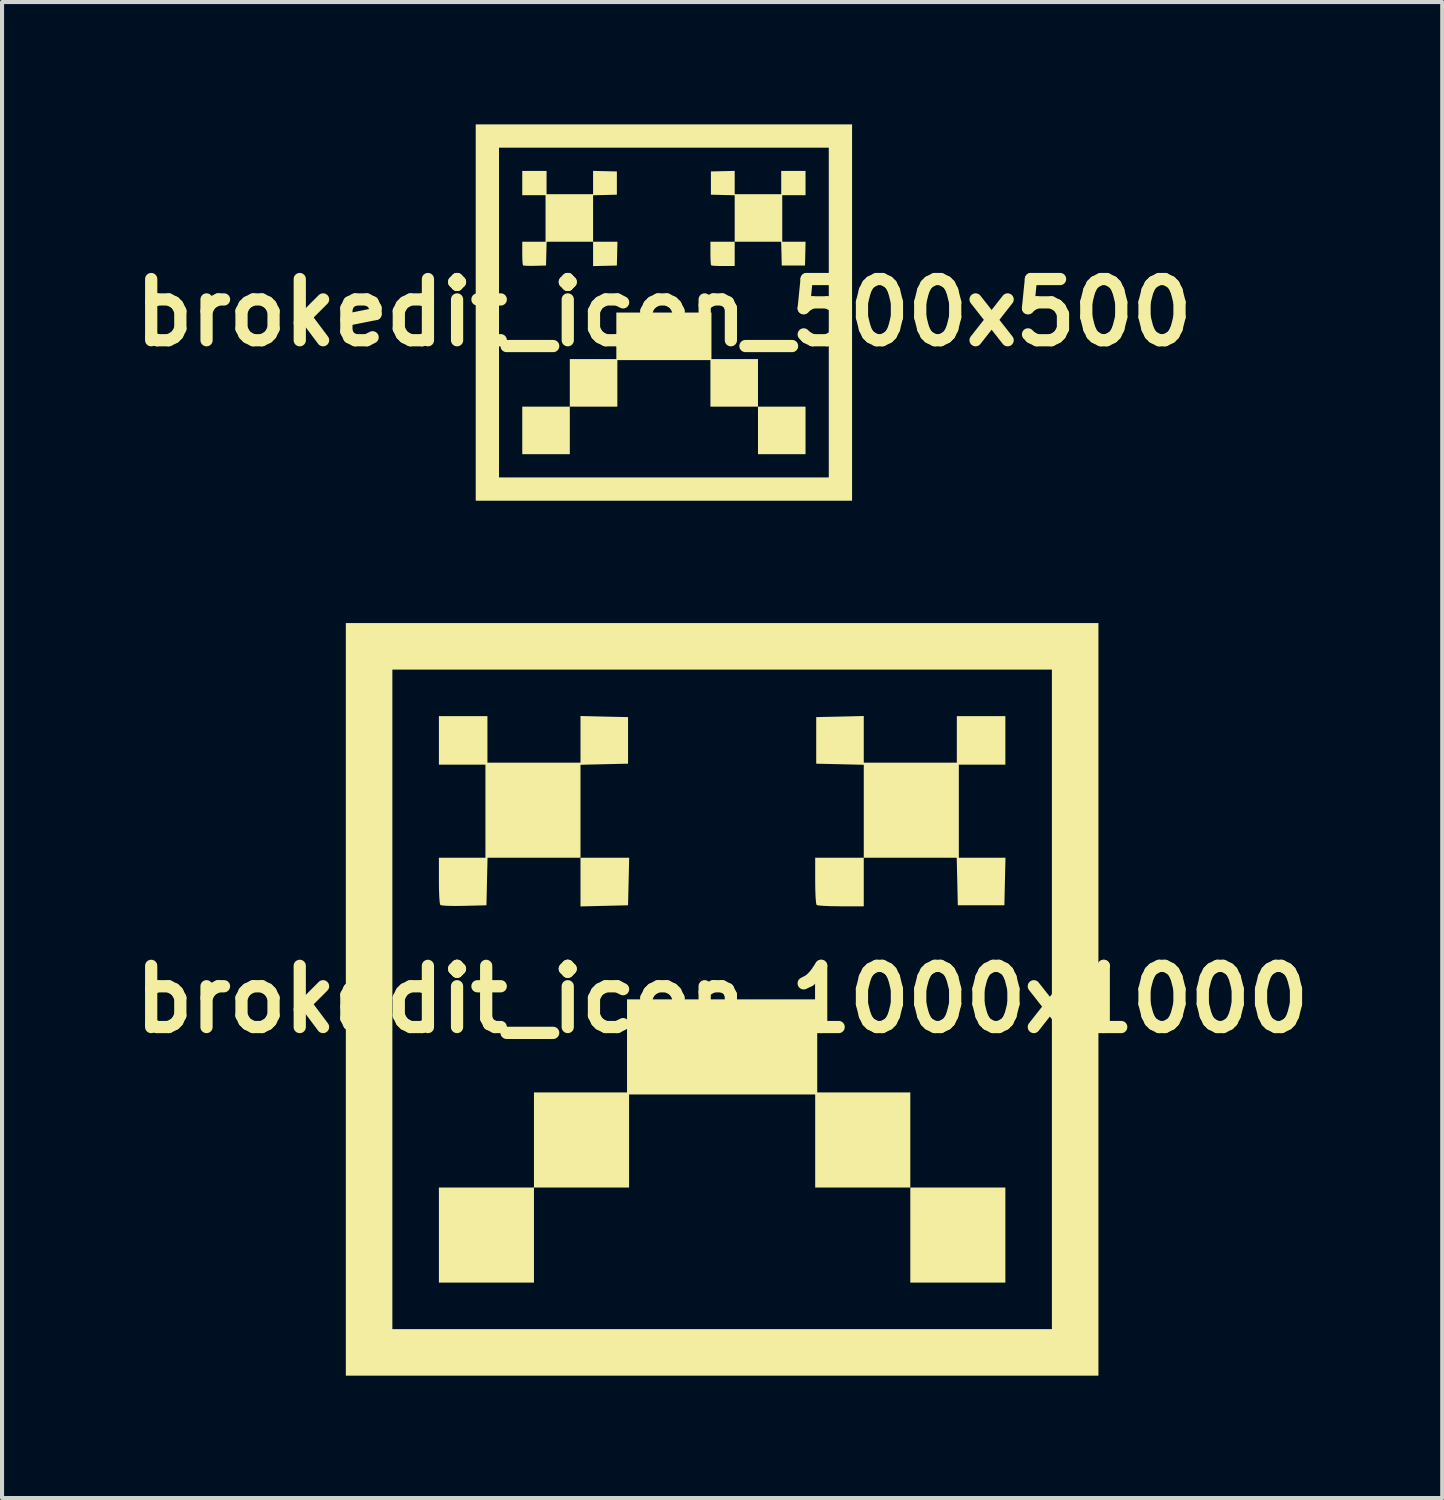
<source format=kicad_pcb>
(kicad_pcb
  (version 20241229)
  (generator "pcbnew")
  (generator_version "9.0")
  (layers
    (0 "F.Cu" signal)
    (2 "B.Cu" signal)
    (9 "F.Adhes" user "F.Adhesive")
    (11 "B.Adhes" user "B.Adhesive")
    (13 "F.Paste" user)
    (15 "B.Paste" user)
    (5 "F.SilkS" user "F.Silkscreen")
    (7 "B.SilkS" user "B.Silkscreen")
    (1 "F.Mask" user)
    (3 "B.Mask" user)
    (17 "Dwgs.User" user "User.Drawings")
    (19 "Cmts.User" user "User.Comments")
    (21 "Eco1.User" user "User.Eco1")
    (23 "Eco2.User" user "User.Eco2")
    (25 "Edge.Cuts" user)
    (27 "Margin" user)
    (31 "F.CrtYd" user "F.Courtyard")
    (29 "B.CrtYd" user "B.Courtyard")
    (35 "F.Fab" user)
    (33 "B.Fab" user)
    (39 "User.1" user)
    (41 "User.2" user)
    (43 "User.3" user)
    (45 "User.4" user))
  (footprint "brokedit_icon_1000x1000"
    (layer "F.Cu")
    (at 14.657 21.455)
    (property "Reference" "brokedit_icon_1000x1000" (at 0 0 0) (layer "F.SilkS") (effects (font (size 1.5 1.5) (thickness 0.3))))
    (attr board_only exclude_from_pos_files exclude_from_bom)
    (fp_poly (pts (xy -2.293 -2.89) (xy -2.307 -2.307) (xy -2.89 -2.293) (xy -3.473 -2.279) (xy -3.473 -2.876) (xy -3.473 -3.473) (xy -2.876 -3.473) (xy -2.279 -3.473)) (stroke (width 0) (type solid)) (fill yes) (layer "F.SilkS"))
    (fp_poly (pts (xy 6.945 5.779) (xy 6.945 6.945) (xy 5.779 6.945) (xy 4.614 6.945) (xy 4.614 5.779) (xy 4.614 4.614) (xy 5.779 4.614) (xy 6.945 4.614)) (stroke (width 0) (type solid)) (fill yes) (layer "F.SilkS"))
    (fp_poly (pts (xy 9.227 0) (xy 9.227 9.227) (xy 0 9.227) (xy -9.227 9.227) (xy -9.227 0) (xy -8.086 0) (xy -8.086 8.086) (xy 0 8.086) (xy 8.086 8.086) (xy 8.086 0) (xy 8.086 -8.086) (xy 0 -8.086) (xy -8.086 -8.086) (xy -8.086 0) (xy -9.227 0) (xy -9.227 -9.227) (xy 0 -9.227) (xy 9.227 -9.227)) (stroke (width 0) (type solid)) (fill yes) (layer "F.SilkS"))
    (fp_poly (pts (xy 2.332 1.141) (xy 2.332 2.282) (xy 3.473 2.282) (xy 4.614 2.282) (xy 4.614 3.448) (xy 4.614 4.614) (xy 3.448 4.614) (xy 2.282 4.614) (xy 2.282 3.473) (xy 2.282 2.332) (xy 0 2.332) (xy -2.282 2.332) (xy -2.282 3.473) (xy -2.282 4.614) (xy -3.448 4.614) (xy -4.614 4.614) (xy -4.614 5.779) (xy -4.614 6.945) (xy -5.779 6.945) (xy -6.945 6.945) (xy -6.945 5.779) (xy -6.945 4.614) (xy -5.779 4.614) (xy -4.614 4.614) (xy -4.614 3.448) (xy -4.614 2.282) (xy -3.473 2.282) (xy -2.332 2.282) (xy -2.332 1.141) (xy -2.332 0) (xy 0 0) (xy 2.332 0)) (stroke (width 0) (type solid)) (fill yes) (layer "F.SilkS"))
    (fp_poly (pts (xy -2.89 -6.934) (xy -2.307 -6.921) (xy -2.307 -6.35) (xy -2.307 -5.779) (xy -2.89 -5.766) (xy -3.473 -5.752) (xy -3.473 -4.612) (xy -3.473 -3.473) (xy -4.612 -3.473) (xy -5.752 -3.473) (xy -5.766 -2.89) (xy -5.779 -2.307) (xy -6.328 -2.293) (xy -6.552 -2.29) (xy -6.738 -2.294) (xy -6.866 -2.303) (xy -6.911 -2.314) (xy -6.925 -2.374) (xy -6.936 -2.513) (xy -6.943 -2.708) (xy -6.945 -2.91) (xy -6.945 -3.473) (xy -6.375 -3.473) (xy -5.804 -3.473) (xy -5.804 -4.614) (xy -5.804 -5.755) (xy -6.375 -5.755) (xy -6.945 -5.755) (xy -6.945 -6.35) (xy -6.945 -6.945) (xy -6.35 -6.945) (xy -5.755 -6.945) (xy -5.755 -6.375) (xy -5.755 -5.804) (xy -4.614 -5.804) (xy -3.473 -5.804) (xy -3.473 -6.376) (xy -3.473 -6.948)) (stroke (width 0) (type solid)) (fill yes) (layer "F.SilkS"))
    (fp_poly (pts (xy 3.473 -6.376) (xy 3.473 -5.804) (xy 4.614 -5.804) (xy 5.755 -5.804) (xy 5.755 -6.375) (xy 5.755 -6.945) (xy 6.35 -6.945) (xy 6.945 -6.945) (xy 6.945 -6.35) (xy 6.945 -5.755) (xy 6.375 -5.755) (xy 5.804 -5.755) (xy 5.804 -4.614) (xy 5.804 -3.473) (xy 6.376 -3.473) (xy 6.948 -3.473) (xy 6.934 -2.89) (xy 6.921 -2.307) (xy 6.35 -2.307) (xy 5.779 -2.307) (xy 5.766 -2.89) (xy 5.752 -3.473) (xy 4.612 -3.473) (xy 3.473 -3.473) (xy 3.473 -2.877) (xy 3.473 -2.282) (xy 2.91 -2.282) (xy 2.683 -2.285) (xy 2.494 -2.292) (xy 2.364 -2.303) (xy 2.315 -2.315) (xy 2.302 -2.375) (xy 2.291 -2.513) (xy 2.284 -2.708) (xy 2.282 -2.91) (xy 2.282 -3.473) (xy 2.877 -3.473) (xy 3.473 -3.473) (xy 3.473 -4.612) (xy 3.473 -5.752) (xy 2.89 -5.766) (xy 2.307 -5.779) (xy 2.307 -6.35) (xy 2.307 -6.921) (xy 2.89 -6.934) (xy 3.473 -6.948)) (stroke (width 0) (type solid)) (fill yes) (layer "F.SilkS")))
  (footprint "brokedit_icon_500x500"
    (layer "F.Cu")
    (at 13.229 4.614)
    (property "Reference" "brokedit_icon_500x500" (at 0 0 0) (layer "F.SilkS") (effects (font (size 1.5 1.5) (thickness 0.3))))
    (attr board_only exclude_from_pos_files exclude_from_bom)
    (fp_poly (pts (xy -1.146 -1.445) (xy -1.153 -1.153) (xy -1.445 -1.146) (xy -1.736 -1.139) (xy -1.736 -1.438) (xy -1.736 -1.736) (xy -1.438 -1.736) (xy -1.139 -1.736)) (stroke (width 0) (type solid)) (fill yes) (layer "F.SilkS"))
    (fp_poly (pts (xy 3.473 2.89) (xy 3.473 3.473) (xy 2.89 3.473) (xy 2.307 3.473) (xy 2.307 2.89) (xy 2.307 2.307) (xy 2.89 2.307) (xy 3.473 2.307)) (stroke (width 0) (type solid)) (fill yes) (layer "F.SilkS"))
    (fp_poly (pts (xy 4.614 0) (xy 4.614 4.614) (xy 0 4.614) (xy -4.614 4.614) (xy -4.614 0) (xy -4.043 0) (xy -4.043 4.043) (xy 0 4.043) (xy 4.043 4.043) (xy 4.043 0) (xy 4.043 -4.043) (xy 0 -4.043) (xy -4.043 -4.043) (xy -4.043 0) (xy -4.614 0) (xy -4.614 -4.614) (xy 0 -4.614) (xy 4.614 -4.614)) (stroke (width 0) (type solid)) (fill yes) (layer "F.SilkS"))
    (fp_poly (pts (xy 1.166 0.571) (xy 1.166 1.141) (xy 1.736 1.141) (xy 2.307 1.141) (xy 2.307 1.724) (xy 2.307 2.307) (xy 1.724 2.307) (xy 1.141 2.307) (xy 1.141 1.736) (xy 1.141 1.166) (xy 0 1.166) (xy -1.141 1.166) (xy -1.141 1.736) (xy -1.141 2.307) (xy -1.724 2.307) (xy -2.307 2.307) (xy -2.307 2.89) (xy -2.307 3.473) (xy -2.89 3.473) (xy -3.473 3.473) (xy -3.473 2.89) (xy -3.473 2.307) (xy -2.89 2.307) (xy -2.307 2.307) (xy -2.307 1.724) (xy -2.307 1.141) (xy -1.736 1.141) (xy -1.166 1.141) (xy -1.166 0.571) (xy -1.166 0) (xy 0 0) (xy 1.166 0)) (stroke (width 0) (type solid)) (fill yes) (layer "F.SilkS"))
    (fp_poly (pts (xy -1.445 -3.467) (xy -1.153 -3.46) (xy -1.153 -3.175) (xy -1.153 -2.89) (xy -1.445 -2.883) (xy -1.736 -2.876) (xy -1.736 -2.306) (xy -1.736 -1.736) (xy -2.306 -1.736) (xy -2.876 -1.736) (xy -2.883 -1.445) (xy -2.89 -1.153) (xy -3.164 -1.146) (xy -3.276 -1.145) (xy -3.369 -1.147) (xy -3.433 -1.151) (xy -3.455 -1.157) (xy -3.462 -1.187) (xy -3.468 -1.256) (xy -3.472 -1.354) (xy -3.473 -1.455) (xy -3.473 -1.736) (xy -3.187 -1.736) (xy -2.902 -1.736) (xy -2.902 -2.307) (xy -2.902 -2.877) (xy -3.187 -2.877) (xy -3.473 -2.877) (xy -3.473 -3.175) (xy -3.473 -3.473) (xy -3.175 -3.473) (xy -2.877 -3.473) (xy -2.877 -3.187) (xy -2.877 -2.902) (xy -2.307 -2.902) (xy -1.736 -2.902) (xy -1.736 -3.188) (xy -1.736 -3.474)) (stroke (width 0) (type solid)) (fill yes) (layer "F.SilkS"))
    (fp_poly (pts (xy 1.736 -3.188) (xy 1.736 -2.902) (xy 2.307 -2.902) (xy 2.877 -2.902) (xy 2.877 -3.187) (xy 2.877 -3.473) (xy 3.175 -3.473) (xy 3.473 -3.473) (xy 3.473 -3.175) (xy 3.473 -2.877) (xy 3.187 -2.877) (xy 2.902 -2.877) (xy 2.902 -2.307) (xy 2.902 -1.736) (xy 3.188 -1.736) (xy 3.474 -1.736) (xy 3.467 -1.445) (xy 3.46 -1.153) (xy 3.175 -1.153) (xy 2.89 -1.153) (xy 2.883 -1.445) (xy 2.876 -1.736) (xy 2.306 -1.736) (xy 1.736 -1.736) (xy 1.736 -1.439) (xy 1.736 -1.141) (xy 1.455 -1.141) (xy 1.342 -1.142) (xy 1.247 -1.146) (xy 1.182 -1.152) (xy 1.158 -1.158) (xy 1.151 -1.188) (xy 1.146 -1.257) (xy 1.142 -1.354) (xy 1.141 -1.455) (xy 1.141 -1.736) (xy 1.439 -1.736) (xy 1.736 -1.736) (xy 1.736 -2.306) (xy 1.736 -2.876) (xy 1.445 -2.883) (xy 1.153 -2.89) (xy 1.153 -3.175) (xy 1.153 -3.46) (xy 1.445 -3.467) (xy 1.736 -3.474)) (stroke (width 0) (type solid)) (fill yes) (layer "F.SilkS")))
  (gr_rect
    (start -3 -3)
    (end 32.314 33.682)
    (stroke (width 0.1) (type default))
    (fill no)
    (layer "Edge.Cuts")))
</source>
